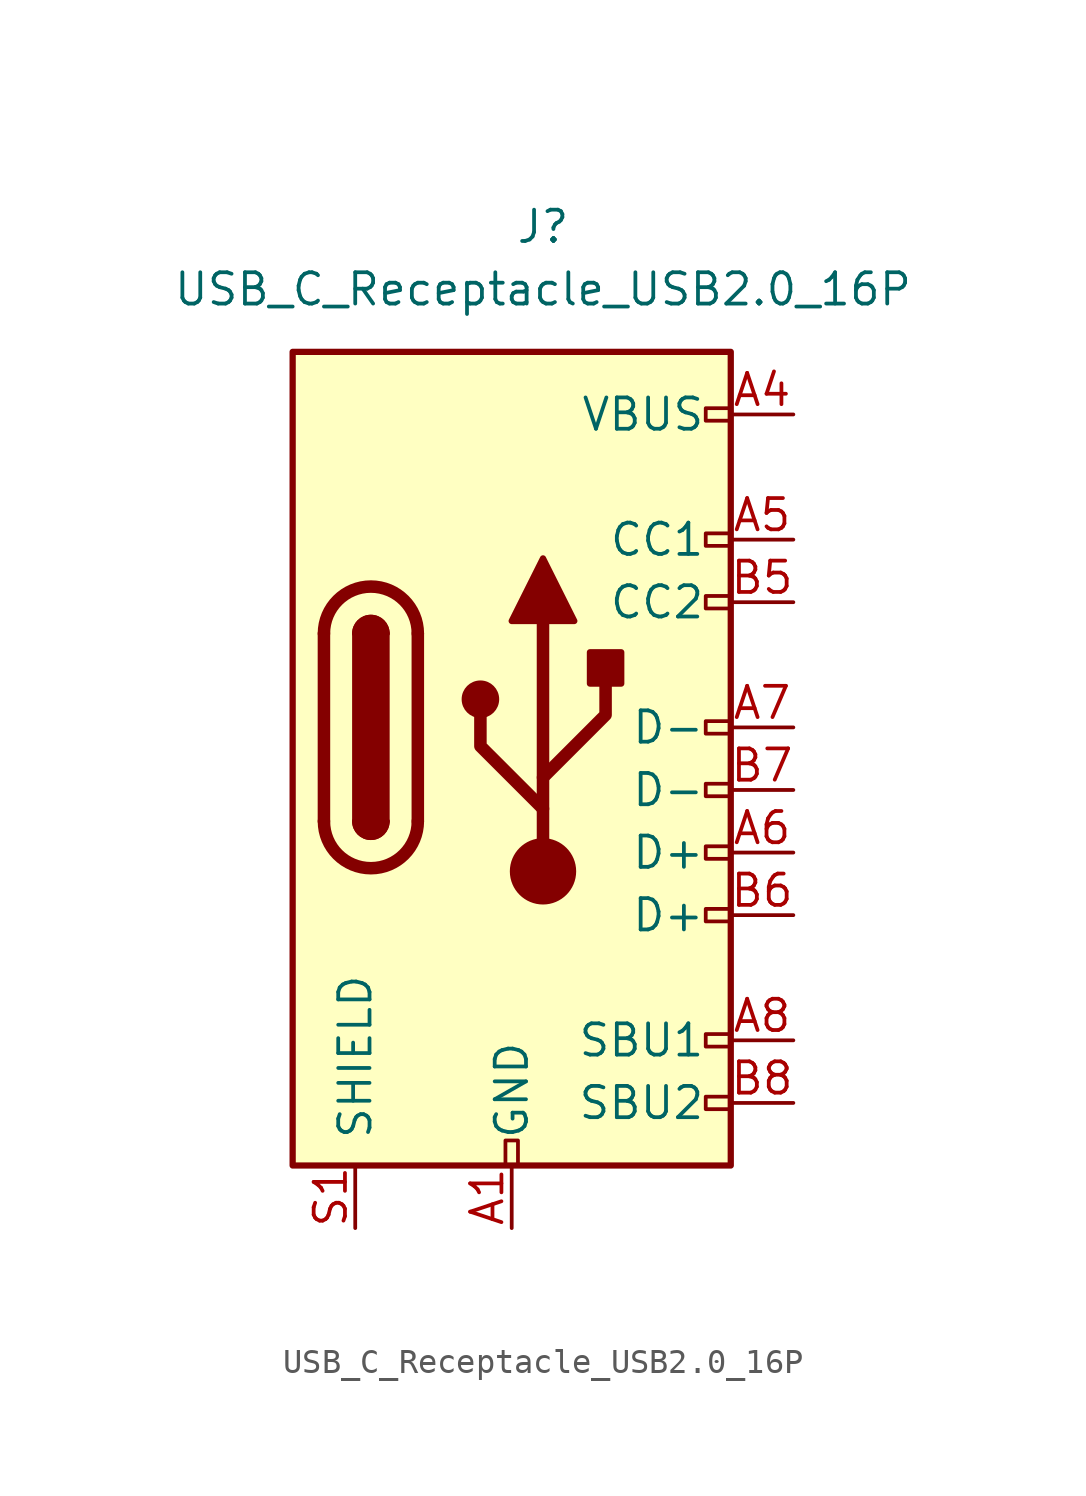
<source format=kicad_sym>
(kicad_symbol_lib
  (version 20231120)
  (generator "kicad_symbol_editor")
  (generator_version "8.0")
  (symbol "USB_C_Receptacle_USB2.0_16P"
    (pin_names
      (offset 1.016))
    (property "Reference" "J"
      (at 1.27 21.59 0)
      (effects (font (size 1.27 1.27))))
    (property "Value" "USB_C_Receptacle_USB2.0_16P"
      (at 1.27 19.05 0)
      (effects (font (size 1.27 1.27))))
    (symbol "USB_C_Receptacle_USB2.0_16P_0_0"
      (rectangle (start -0.254 -16.51) (end 0.254 -15.494) (stroke (width 0) (type default)) (fill (type none)))
      (rectangle (start 8.89 -13.716) (end 7.874 -14.224) (stroke (width 0) (type default)) (fill (type none)))
      (rectangle (start 8.89 -11.176) (end 7.874 -11.684) (stroke (width 0) (type default)) (fill (type none)))
      (rectangle (start 8.89 -6.096) (end 7.874 -6.604) (stroke (width 0) (type default)) (fill (type none)))
      (rectangle (start 8.89 -3.556) (end 7.874 -4.064) (stroke (width 0) (type default)) (fill (type none)))
      (rectangle (start 8.89 -1.016) (end 7.874 -1.524) (stroke (width 0) (type default)) (fill (type none)))
      (rectangle (start 8.89 1.524) (end 7.874 1.016) (stroke (width 0) (type default)) (fill (type none)))
      (rectangle (start 8.89 6.604) (end 7.874 6.096) (stroke (width 0) (type default)) (fill (type none)))
      (rectangle (start 8.89 9.144) (end 7.874 8.636) (stroke (width 0) (type default)) (fill (type none)))
      (rectangle (start 8.89 14.224) (end 7.874 13.716) (stroke (width 0) (type default)) (fill (type none))))
    (symbol "USB_C_Receptacle_USB2.0_16P_0_1"
      (rectangle (start -8.89 16.51) (end 8.89 -16.51) (stroke (width 0.254) (type default)) (fill (type background)))
      (arc (start -7.62 -2.54) (mid -5.715 -4.4367) (end -3.81 -2.54) (stroke (width 0.508) (type default)) (fill (type none)))
      (arc (start -6.35 -2.54) (mid -5.715 -3.1723) (end -5.08 -2.54) (stroke (width 0.254) (type default)) (fill (type none)))
      (arc (start -6.35 -2.54) (mid -5.715 -3.1723) (end -5.08 -2.54) (stroke (width 0.254) (type default)) (fill (type outline)))
      (rectangle (start -6.35 -2.54) (end -5.08 5.08) (stroke (width 0.254) (type default)) (fill (type outline)))
      (arc (start -5.08 5.08) (mid -5.715 5.7123) (end -6.35 5.08) (stroke (width 0.254) (type default)) (fill (type none)))
      (arc (start -5.08 5.08) (mid -5.715 5.7123) (end -6.35 5.08) (stroke (width 0.254) (type default)) (fill (type outline)))
      (arc (start -3.81 5.08) (mid -5.715 6.9767) (end -7.62 5.08) (stroke (width 0.508) (type default)) (fill (type none)))
      (circle (center -1.27 2.413) (radius 0.635) (stroke (width 0.254) (type default)) (fill (type outline)))
      (polyline (pts (xy -7.62 -2.54) (xy -7.62 5.08)) (stroke (width 0.508) (type default)) (fill (type none)))
      (polyline (pts (xy -3.81 5.08) (xy -3.81 -2.54)) (stroke (width 0.508) (type default)) (fill (type none)))
      (polyline (pts (xy 1.27 -4.572) (xy 1.27 5.588)) (stroke (width 0.508) (type default)) (fill (type none)))
      (polyline (pts (xy 1.27 -2.032) (xy -1.27 0.508) (xy -1.27 1.778)) (stroke (width 0.508) (type default)) (fill (type none)))
      (polyline (pts (xy 1.27 -0.762) (xy 3.81 1.778) (xy 3.81 3.048)) (stroke (width 0.508) (type default)) (fill (type none)))
      (polyline (pts (xy 0 5.588) (xy 1.27 8.128) (xy 2.54 5.588) (xy 0 5.588)) (stroke (width 0.254) (type default)) (fill (type outline)))
      (circle (center 1.27 -4.572) (radius 1.27) (stroke (width 0) (type default)) (fill (type outline)))
      (rectangle (start 3.175 3.048) (end 4.445 4.318) (stroke (width 0.254) (type default)) (fill (type outline))))
    (symbol "USB_C_Receptacle_USB2.0_16P_1_1"
      (pin passive line (at 0 -19.05 90) (length 2.54) (name "GND" (effects (font (size 1.27 1.27)))) (number "A1" (effects (font (size 1.27 1.27)))))
      (pin passive line (at 0 -19.05 90) (length 2.54) hide (name "GND" (effects (font (size 1.27 1.27)))) (number "A12" (effects (font (size 1.27 1.27)))))
      (pin passive line (at 11.43 13.97 180) (length 2.54) (name "VBUS" (effects (font (size 1.27 1.27)))) (number "A4" (effects (font (size 1.27 1.27)))))
      (pin bidirectional line (at 11.43 8.89 180) (length 2.54) (name "CC1" (effects (font (size 1.27 1.27)))) (number "A5" (effects (font (size 1.27 1.27)))))
      (pin bidirectional line (at 11.43 -3.81 180) (length 2.54) (name "D+" (effects (font (size 1.27 1.27)))) (number "A6" (effects (font (size 1.27 1.27)))))
      (pin bidirectional line (at 11.43 1.27 180) (length 2.54) (name "D-" (effects (font (size 1.27 1.27)))) (number "A7" (effects (font (size 1.27 1.27)))))
      (pin bidirectional line (at 11.43 -11.43 180) (length 2.54) (name "SBU1" (effects (font (size 1.27 1.27)))) (number "A8" (effects (font (size 1.27 1.27)))))
      (pin passive line (at 11.43 13.97 180) (length 2.54) hide (name "VBUS" (effects (font (size 1.27 1.27)))) (number "A9" (effects (font (size 1.27 1.27)))))
      (pin passive line (at 0 -19.05 90) (length 2.54) hide (name "GND" (effects (font (size 1.27 1.27)))) (number "B1" (effects (font (size 1.27 1.27)))))
      (pin passive line (at 0 -19.05 90) (length 2.54) hide (name "GND" (effects (font (size 1.27 1.27)))) (number "B12" (effects (font (size 1.27 1.27)))))
      (pin passive line (at 11.43 13.97 180) (length 2.54) hide (name "VBUS" (effects (font (size 1.27 1.27)))) (number "B4" (effects (font (size 1.27 1.27)))))
      (pin bidirectional line (at 11.43 6.35 180) (length 2.54) (name "CC2" (effects (font (size 1.27 1.27)))) (number "B5" (effects (font (size 1.27 1.27)))))
      (pin bidirectional line (at 11.43 -6.35 180) (length 2.54) (name "D+" (effects (font (size 1.27 1.27)))) (number "B6" (effects (font (size 1.27 1.27)))))
      (pin bidirectional line (at 11.43 -1.27 180) (length 2.54) (name "D-" (effects (font (size 1.27 1.27)))) (number "B7" (effects (font (size 1.27 1.27)))))
      (pin bidirectional line (at 11.43 -13.97 180) (length 2.54) (name "SBU2" (effects (font (size 1.27 1.27)))) (number "B8" (effects (font (size 1.27 1.27)))))
      (pin passive line (at 11.43 13.97 180) (length 2.54) hide (name "VBUS" (effects (font (size 1.27 1.27)))) (number "B9" (effects (font (size 1.27 1.27)))))
      (pin passive line (at -6.35 -19.05 90) (length 2.54) (name "SHIELD" (effects (font (size 1.27 1.27)))) (number "S1" (effects (font (size 1.27 1.27))))))))
</source>
